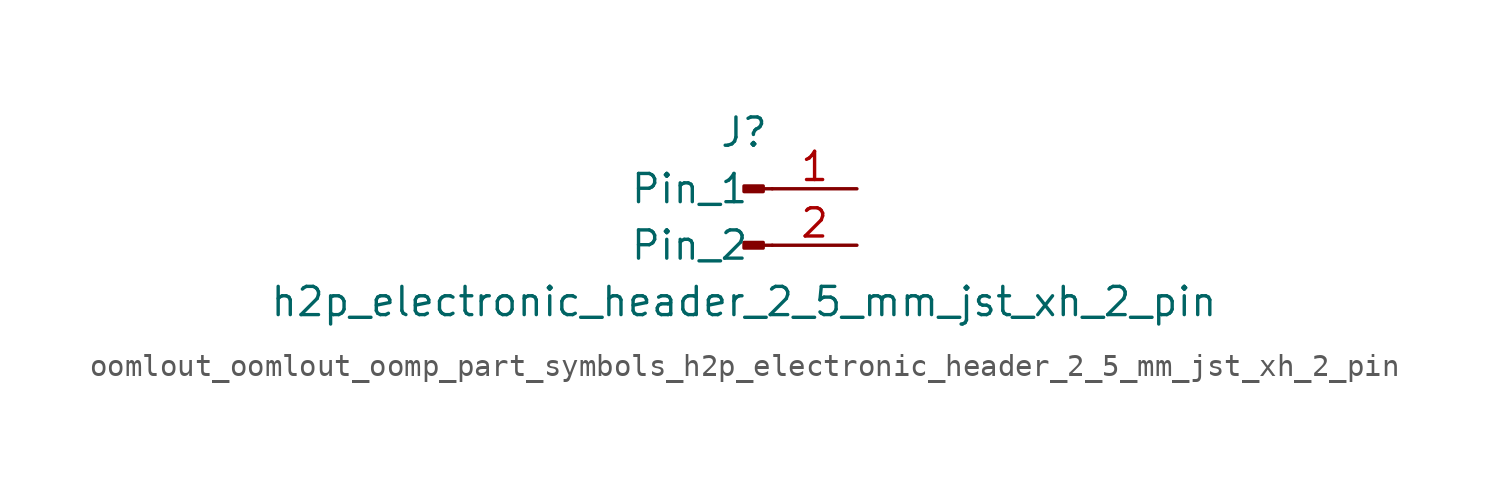
<source format=kicad_sym>
(kicad_symbol_lib
  (version 20220914)
  (generator kicad_symbol_editor)
  (symbol "oomlout_oomlout_oomp_part_symbols_h2p_electronic_header_2_5_mm_jst_xh_2_pin"
    (pin_names
      (offset 1.016))
    (property "Reference" "J"
      (at 0 2.54 0)
      (effects (font (size 1.27 1.27))))
    (property "Value" "h2p_electronic_header_2_5_mm_jst_xh_2_pin"
      (at 0 -5.08 0)
      (effects (font (size 1.27 1.27))))
    (property "ki_locked" ""
      (at 0 0 0)
      (effects (font (size 1.27 1.27))))
    (symbol "oomlout_oomlout_oomp_part_symbols_h2p_electronic_header_2_5_mm_jst_xh_2_pin_1_1"
      (polyline (pts (xy 1.27 -2.54) (xy 0.864 -2.54)) (stroke (width 0.152) (type default)) (fill (type none)))
      (polyline (pts (xy 1.27 0) (xy 0.864 0)) (stroke (width 0.152) (type default)) (fill (type none)))
      (rectangle (start 0.864 -2.413) (end 0 -2.667) (stroke (width 0.152) (type default)) (fill (type outline)))
      (rectangle (start 0.864 0.127) (end 0 -0.127) (stroke (width 0.152) (type default)) (fill (type outline)))
      (pin passive line (at 5.08 0 180) (length 3.81) (name "Pin_1" (effects (font (size 1.27 1.27)))) (number "1" (effects (font (size 1.27 1.27)))))
      (pin passive line (at 5.08 -2.54 180) (length 3.81) (name "Pin_2" (effects (font (size 1.27 1.27)))) (number "2" (effects (font (size 1.27 1.27))))))))
</source>
